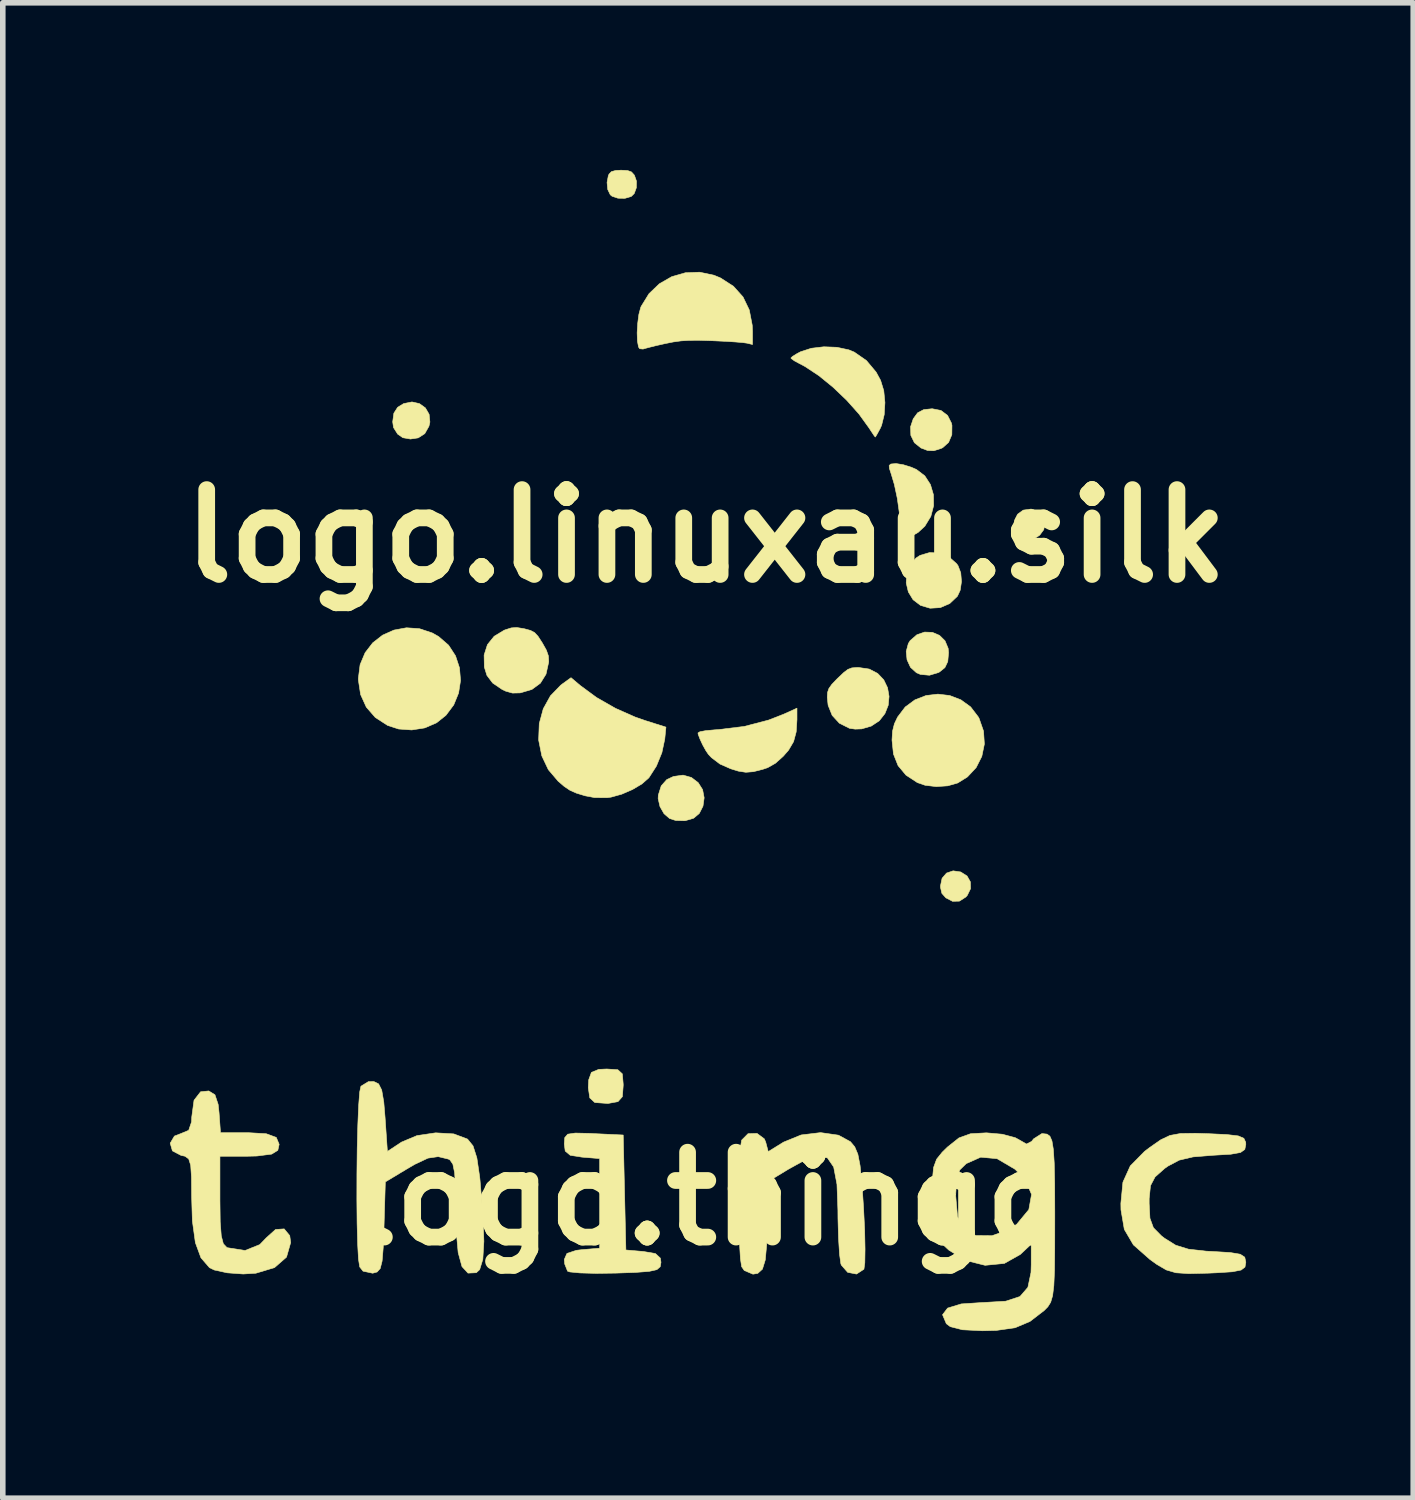
<source format=kicad_pcb>
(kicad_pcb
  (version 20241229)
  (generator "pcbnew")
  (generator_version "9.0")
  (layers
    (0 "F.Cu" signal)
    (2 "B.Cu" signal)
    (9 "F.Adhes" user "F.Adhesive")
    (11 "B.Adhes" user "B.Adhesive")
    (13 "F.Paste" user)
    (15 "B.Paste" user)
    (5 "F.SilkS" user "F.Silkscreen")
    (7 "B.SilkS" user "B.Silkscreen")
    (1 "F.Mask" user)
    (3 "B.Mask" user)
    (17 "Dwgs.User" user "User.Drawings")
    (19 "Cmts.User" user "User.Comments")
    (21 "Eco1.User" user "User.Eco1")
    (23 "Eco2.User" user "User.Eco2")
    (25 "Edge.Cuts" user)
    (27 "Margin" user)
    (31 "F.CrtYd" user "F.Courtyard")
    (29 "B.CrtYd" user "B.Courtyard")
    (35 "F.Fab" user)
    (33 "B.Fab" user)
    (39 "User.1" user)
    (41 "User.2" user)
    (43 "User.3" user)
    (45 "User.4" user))
  (footprint "logo.linuxau.silk"
    (layer "F.Cu")
    (at 9.623 6.573)
    (property "Reference" "logo.linuxau.silk" (at 0 0 0) (layer "F.SilkS") (effects (font (size 1.524 1.524) (thickness 0.3))))
    (attr through_hole)
    (fp_poly (pts (xy 4.572 6.029) (xy 4.686 6.101) (xy 4.746 6.207) (xy 4.749 6.329) (xy 4.69 6.45) (xy 4.664 6.479) (xy 4.549 6.553) (xy 4.426 6.556) (xy 4.305 6.493) (xy 4.234 6.413) (xy 4.21 6.309) (xy 4.209 6.28) (xy 4.238 6.142) (xy 4.318 6.049) (xy 4.436 6.009) (xy 4.572 6.029)) (stroke (width 0.01) (type solid)) (fill yes) (layer "F.SilkS"))
    (fp_poly (pts (xy -5.144 -2.378) (xy -5.037 -2.301) (xy -4.97 -2.186) (xy -4.956 -2.047) (xy -4.973 -1.972) (xy -5.048 -1.839) (xy -5.166 -1.763) (xy -5.307 -1.742) (xy -5.442 -1.766) (xy -5.535 -1.831) (xy -5.609 -1.948) (xy -5.624 -2.051) (xy -5.603 -2.206) (xy -5.535 -2.312) (xy -5.428 -2.378) (xy -5.278 -2.408) (xy -5.144 -2.378)) (stroke (width 0.01) (type solid)) (fill yes) (layer "F.SilkS"))
    (fp_poly (pts (xy 5.955 -0.446) (xy 6.042 -0.363) (xy 6.082 -0.251) (xy 6.065 -0.122) (xy 6.062 -0.114) (xy 5.99 -0.016) (xy 5.884 0.053) (xy 5.795 0.072) (xy 5.732 0.056) (xy 5.663 0.027) (xy 5.573 -0.055) (xy 5.532 -0.166) (xy 5.539 -0.285) (xy 5.593 -0.392) (xy 5.691 -0.464) (xy 5.7 -0.467) (xy 5.837 -0.485) (xy 5.955 -0.446)) (stroke (width 0.01) (type solid)) (fill yes) (layer "F.SilkS"))
    (fp_poly (pts (xy -0.262 4.333) (xy -0.14 4.426) (xy -0.061 4.551) (xy -0.033 4.698) (xy -0.054 4.848) (xy -0.12 4.978) (xy -0.223 5.065) (xy -0.377 5.11) (xy -0.544 5.105) (xy -0.653 5.07) (xy -0.753 4.984) (xy -0.826 4.856) (xy -0.859 4.713) (xy -0.856 4.65) (xy -0.804 4.484) (xy -0.704 4.371) (xy -0.584 4.315) (xy -0.411 4.291) (xy -0.262 4.333)) (stroke (width 0.01) (type solid)) (fill yes) (layer "F.SilkS"))
    (fp_poly (pts (xy 4.218 -2.255) (xy 4.336 -2.166) (xy 4.406 -2.028) (xy 4.415 -1.987) (xy 4.413 -1.82) (xy 4.355 -1.682) (xy 4.249 -1.587) (xy 4.222 -1.574) (xy 4.09 -1.532) (xy 3.979 -1.536) (xy 3.86 -1.581) (xy 3.741 -1.676) (xy 3.677 -1.808) (xy 3.672 -1.962) (xy 3.72 -2.105) (xy 3.799 -2.213) (xy 3.908 -2.27) (xy 4.06 -2.286) (xy 4.218 -2.255)) (stroke (width 0.01) (type solid)) (fill yes) (layer "F.SilkS"))
    (fp_poly (pts (xy -1.408 -6.562) (xy -1.338 -6.537) (xy -1.289 -6.483) (xy -1.285 -6.477) (xy -1.248 -6.372) (xy -1.25 -6.253) (xy -1.288 -6.149) (xy -1.342 -6.096) (xy -1.455 -6.063) (xy -1.58 -6.065) (xy -1.685 -6.1) (xy -1.718 -6.126) (xy -1.764 -6.222) (xy -1.776 -6.348) (xy -1.753 -6.47) (xy -1.74 -6.498) (xy -1.698 -6.542) (xy -1.622 -6.563) (xy -1.524 -6.568) (xy -1.408 -6.562)) (stroke (width 0.01) (type solid)) (fill yes) (layer "F.SilkS"))
    (fp_poly (pts (xy 4.064 1.728) (xy 4.191 1.782) (xy 4.29 1.879) (xy 4.347 2.015) (xy 4.354 2.094) (xy 4.34 2.252) (xy 4.289 2.36) (xy 4.193 2.438) (xy 4.174 2.449) (xy 4.011 2.498) (xy 3.849 2.483) (xy 3.778 2.453) (xy 3.671 2.356) (xy 3.609 2.221) (xy 3.594 2.071) (xy 3.632 1.929) (xy 3.665 1.876) (xy 3.786 1.771) (xy 3.924 1.723) (xy 4.064 1.728)) (stroke (width 0.01) (type solid)) (fill yes) (layer "F.SilkS"))
    (fp_poly (pts (xy 4.195 0.306) (xy 4.363 0.375) (xy 4.498 0.495) (xy 4.523 0.529) (xy 4.573 0.659) (xy 4.586 0.817) (xy 4.563 0.972) (xy 4.513 1.08) (xy 4.375 1.211) (xy 4.206 1.284) (xy 4.023 1.295) (xy 3.851 1.244) (xy 3.717 1.142) (xy 3.632 1.002) (xy 3.594 0.841) (xy 3.604 0.674) (xy 3.663 0.52) (xy 3.77 0.394) (xy 3.843 0.346) (xy 4.016 0.295) (xy 4.195 0.306)) (stroke (width 0.01) (type solid)) (fill yes) (layer "F.SilkS"))
    (fp_poly (pts (xy -5.144 1.662) (xy -4.913 1.739) (xy -4.8 1.803) (xy -4.621 1.958) (xy -4.496 2.15) (xy -4.425 2.365) (xy -4.406 2.592) (xy -4.441 2.817) (xy -4.528 3.03) (xy -4.668 3.217) (xy -4.837 3.352) (xy -5.047 3.443) (xy -5.282 3.48) (xy -5.518 3.463) (xy -5.715 3.399) (xy -5.936 3.256) (xy -6.098 3.07) (xy -6.2 2.845) (xy -6.24 2.583) (xy -6.24 2.553) (xy -6.209 2.308) (xy -6.119 2.094) (xy -5.982 1.916) (xy -5.805 1.778) (xy -5.601 1.687) (xy -5.377 1.646) (xy -5.144 1.662)) (stroke (width 0.01) (type solid)) (fill yes) (layer "F.SilkS"))
    (fp_poly (pts (xy 3.541 -1.281) (xy 3.683 -1.237) (xy 3.777 -1.196) (xy 3.927 -1.082) (xy 4.029 -0.925) (xy 4.083 -0.742) (xy 4.086 -0.546) (xy 4.036 -0.354) (xy 3.93 -0.18) (xy 3.93 -0.179) (xy 3.808 -0.066) (xy 3.673 0.011) (xy 3.558 0.036) (xy 3.517 0.029) (xy 3.495 -0.003) (xy 3.485 -0.075) (xy 3.483 -0.196) (xy 3.47 -0.421) (xy 3.434 -0.677) (xy 3.381 -0.926) (xy 3.324 -1.117) (xy 3.292 -1.215) (xy 3.288 -1.266) (xy 3.312 -1.29) (xy 3.321 -1.294) (xy 3.412 -1.302) (xy 3.541 -1.281)) (stroke (width 0.01) (type solid)) (fill yes) (layer "F.SilkS"))
    (fp_poly (pts (xy 4.375 2.862) (xy 4.575 2.939) (xy 4.75 3.066) (xy 4.887 3.245) (xy 4.902 3.272) (xy 4.982 3.501) (xy 4.997 3.733) (xy 4.951 3.955) (xy 4.849 4.156) (xy 4.693 4.323) (xy 4.518 4.432) (xy 4.339 4.483) (xy 4.134 4.497) (xy 3.933 4.473) (xy 3.794 4.425) (xy 3.59 4.291) (xy 3.448 4.121) (xy 3.365 3.912) (xy 3.339 3.662) (xy 3.349 3.5) (xy 3.382 3.369) (xy 3.439 3.249) (xy 3.576 3.068) (xy 3.75 2.94) (xy 3.95 2.862) (xy 4.163 2.837) (xy 4.375 2.862)) (stroke (width 0.01) (type solid)) (fill yes) (layer "F.SilkS"))
    (fp_poly (pts (xy 2.931 2.387) (xy 3.081 2.465) (xy 3.191 2.581) (xy 3.259 2.722) (xy 3.286 2.878) (xy 3.271 3.037) (xy 3.212 3.186) (xy 3.111 3.315) (xy 2.966 3.411) (xy 2.794 3.461) (xy 2.678 3.465) (xy 2.577 3.451) (xy 2.575 3.45) (xy 2.394 3.359) (xy 2.265 3.219) (xy 2.192 3.037) (xy 2.177 2.894) (xy 2.182 2.806) (xy 2.206 2.736) (xy 2.259 2.661) (xy 2.354 2.562) (xy 2.369 2.548) (xy 2.472 2.45) (xy 2.547 2.393) (xy 2.618 2.366) (xy 2.705 2.359) (xy 2.741 2.359) (xy 2.931 2.387)) (stroke (width 0.01) (type solid)) (fill yes) (layer "F.SilkS"))
    (fp_poly (pts (xy 1.633 3.295) (xy 1.619 3.515) (xy 1.572 3.69) (xy 1.482 3.843) (xy 1.385 3.954) (xy 1.246 4.078) (xy 1.107 4.157) (xy 1.018 4.187) (xy 0.851 4.229) (xy 0.715 4.24) (xy 0.58 4.219) (xy 0.444 4.177) (xy 0.251 4.092) (xy 0.1 3.978) (xy 0.044 3.919) (xy -0.003 3.85) (xy -0.059 3.749) (xy -0.108 3.643) (xy -0.14 3.559) (xy -0.144 3.534) (xy -0.109 3.512) (xy -0.008 3.493) (xy 0.155 3.478) (xy 0.227 3.473) (xy 0.685 3.417) (xy 1.123 3.303) (xy 1.401 3.194) (xy 1.633 3.089) (xy 1.633 3.295)) (stroke (width 0.01) (type solid)) (fill yes) (layer "F.SilkS"))
    (fp_poly (pts (xy -3.275 1.661) (xy -3.255 1.665) (xy -3.149 1.694) (xy -3.077 1.732) (xy -3.015 1.799) (xy -2.943 1.91) (xy -2.939 1.916) (xy -2.865 2.048) (xy -2.829 2.151) (xy -2.823 2.25) (xy -2.825 2.268) (xy -2.872 2.479) (xy -2.973 2.641) (xy -3.125 2.753) (xy -3.328 2.813) (xy -3.343 2.815) (xy -3.474 2.818) (xy -3.597 2.783) (xy -3.663 2.751) (xy -3.829 2.638) (xy -3.933 2.5) (xy -3.979 2.351) (xy -3.983 2.135) (xy -3.923 1.948) (xy -3.802 1.798) (xy -3.625 1.691) (xy -3.608 1.684) (xy -3.495 1.648) (xy -3.397 1.641) (xy -3.275 1.661)) (stroke (width 0.01) (type solid)) (fill yes) (layer "F.SilkS"))
    (fp_poly (pts (xy 2.35 -3.389) (xy 2.564 -3.343) (xy 2.661 -3.303) (xy 2.88 -3.151) (xy 3.054 -2.943) (xy 3.134 -2.796) (xy 3.191 -2.611) (xy 3.212 -2.396) (xy 3.199 -2.179) (xy 3.152 -1.988) (xy 3.127 -1.932) (xy 3.078 -1.842) (xy 3.046 -1.787) (xy 3.038 -1.778) (xy 3.016 -1.806) (xy 2.968 -1.878) (xy 2.924 -1.945) (xy 2.747 -2.19) (xy 2.527 -2.437) (xy 2.281 -2.672) (xy 2.027 -2.879) (xy 1.779 -3.043) (xy 1.679 -3.096) (xy 1.588 -3.145) (xy 1.532 -3.185) (xy 1.524 -3.197) (xy 1.554 -3.226) (xy 1.63 -3.273) (xy 1.696 -3.308) (xy 1.889 -3.371) (xy 2.116 -3.398) (xy 2.35 -3.389)) (stroke (width 0.01) (type solid)) (fill yes) (layer "F.SilkS"))
    (fp_poly (pts (xy -2.255 2.684) (xy -1.964 2.898) (xy -1.627 3.091) (xy -1.273 3.248) (xy -1.102 3.308) (xy -0.719 3.429) (xy -0.74 3.644) (xy -0.792 3.888) (xy -0.89 4.128) (xy -1.021 4.332) (xy -1.031 4.344) (xy -1.152 4.45) (xy -1.321 4.55) (xy -1.513 4.633) (xy -1.704 4.686) (xy -1.778 4.696) (xy -2 4.694) (xy -2.17 4.662) (xy -2.327 4.614) (xy -2.442 4.563) (xy -2.547 4.492) (xy -2.655 4.399) (xy -2.83 4.193) (xy -2.947 3.946) (xy -3.003 3.667) (xy -3.004 3.656) (xy -2.993 3.366) (xy -2.921 3.1) (xy -2.792 2.867) (xy -2.608 2.677) (xy -2.574 2.651) (xy -2.423 2.542) (xy -2.255 2.684)) (stroke (width 0.01) (type solid)) (fill yes) (layer "F.SilkS"))
    (fp_poly (pts (xy 0.142 -4.683) (xy 0.262 -4.633) (xy 0.493 -4.484) (xy 0.665 -4.292) (xy 0.777 -4.059) (xy 0.83 -3.785) (xy 0.835 -3.672) (xy 0.835 -3.439) (xy 0.735 -3.463) (xy 0.663 -3.473) (xy 0.535 -3.484) (xy 0.367 -3.495) (xy 0.175 -3.504) (xy 0.109 -3.507) (xy -0.121 -3.514) (xy -0.3 -3.513) (xy -0.448 -3.504) (xy -0.586 -3.485) (xy -0.735 -3.455) (xy -0.744 -3.453) (xy -0.895 -3.419) (xy -1.023 -3.387) (xy -1.109 -3.364) (xy -1.129 -3.357) (xy -1.19 -3.363) (xy -1.211 -3.394) (xy -1.231 -3.5) (xy -1.236 -3.65) (xy -1.226 -3.818) (xy -1.205 -3.979) (xy -1.172 -4.104) (xy -1.164 -4.123) (xy -1.024 -4.35) (xy -0.837 -4.529) (xy -0.616 -4.656) (xy -0.371 -4.727) (xy -0.115 -4.737) (xy 0.142 -4.683)) (stroke (width 0.01) (type solid)) (fill yes) (layer "F.SilkS")))
  (footprint "logo.thingc"
    (layer "F.Cu")
    (at 9.619 18.467)
    (property "Reference" "logo.thingc" (at 0 0 0) (layer "F.SilkS") (effects (font (size 1.524 1.524) (thickness 0.3))))
    (attr through_hole)
    (fp_poly (pts (xy -1.579 -2.315) (xy -1.498 -2.241) (xy -1.482 -2.055) (xy -1.482 -2.032) (xy -1.497 -1.831) (xy -1.576 -1.742) (xy -1.757 -1.709) (xy -1.992 -1.726) (xy -2.082 -1.809) (xy -2.109 -1.992) (xy -2.102 -2.132) (xy -2.053 -2.267) (xy -1.922 -2.321) (xy -1.778 -2.328) (xy -1.579 -2.315)) (stroke (width 0.01) (type solid)) (fill yes) (layer "F.SilkS"))
    (fp_poly (pts (xy -2.084 -1.172) (xy -2.011 -1.168) (xy -1.482 -1.143) (xy -1.458 -0.111) (xy -1.434 0.921) (xy -1.119 0.948) (xy -0.904 0.985) (xy -0.815 1.067) (xy -0.804 1.143) (xy -0.818 1.222) (xy -0.878 1.274) (xy -1.017 1.305) (xy -1.266 1.324) (xy -1.613 1.336) (xy -1.968 1.341) (xy -2.257 1.333) (xy -2.44 1.315) (xy -2.481 1.301) (xy -2.532 1.173) (xy -2.54 1.092) (xy -2.492 0.983) (xy -2.324 0.927) (xy -2.223 0.915) (xy -1.905 0.889) (xy -1.905 -0.72) (xy -2.223 -0.746) (xy -2.433 -0.779) (xy -2.523 -0.855) (xy -2.54 -0.983) (xy -2.531 -1.097) (xy -2.478 -1.158) (xy -2.342 -1.178) (xy -2.084 -1.172)) (stroke (width 0.01) (type solid)) (fill yes) (layer "F.SilkS"))
    (fp_poly (pts (xy 2.382 -1.14) (xy 2.597 -1.023) (xy 2.674 -0.931) (xy 2.73 -0.798) (xy 2.77 -0.593) (xy 2.802 -0.284) (xy 2.832 0.159) (xy 2.852 0.562) (xy 2.859 0.905) (xy 2.855 1.152) (xy 2.839 1.266) (xy 2.706 1.353) (xy 2.547 1.322) (xy 2.432 1.19) (xy 2.424 1.164) (xy 2.401 0.996) (xy 2.383 0.709) (xy 2.373 0.355) (xy 2.372 0.207) (xy 2.355 -0.258) (xy 2.296 -0.568) (xy 2.183 -0.733) (xy 2.002 -0.763) (xy 1.74 -0.671) (xy 1.485 -0.53) (xy 1.101 -0.298) (xy 1.101 0.395) (xy 1.094 0.819) (xy 1.068 1.1) (xy 1.017 1.265) (xy 0.933 1.341) (xy 0.847 1.355) (xy 0.691 1.289) (xy 0.644 1.221) (xy 0.622 1.077) (xy 0.606 0.807) (xy 0.597 0.453) (xy 0.594 0.06) (xy 0.598 -0.331) (xy 0.608 -0.677) (xy 0.624 -0.933) (xy 0.644 -1.051) (xy 0.759 -1.167) (xy 0.92 -1.172) (xy 1.051 -1.074) (xy 1.076 -1.015) (xy 1.121 -0.845) (xy 1.396 -1.015) (xy 1.712 -1.144) (xy 2.061 -1.186) (xy 2.382 -1.14)) (stroke (width 0.01) (type solid)) (fill yes) (layer "F.SilkS"))
    (fp_poly (pts (xy -8.811 -1.866) (xy -8.753 -1.692) (xy -8.737 -1.544) (xy -8.711 -1.185) (xy -8.217 -1.185) (xy -7.89 -1.166) (xy -7.71 -1.1) (xy -7.658 -0.976) (xy -7.682 -0.868) (xy -7.792 -0.8) (xy -8.057 -0.766) (xy -8.22 -0.762) (xy -8.721 -0.762) (xy -8.721 0.033) (xy -8.716 0.42) (xy -8.697 0.668) (xy -8.66 0.809) (xy -8.599 0.874) (xy -8.587 0.88) (xy -8.27 0.93) (xy -8.006 0.824) (xy -7.893 0.706) (xy -7.723 0.553) (xy -7.568 0.542) (xy -7.468 0.663) (xy -7.451 0.787) (xy -7.526 1.049) (xy -7.741 1.237) (xy -8.076 1.338) (xy -8.303 1.352) (xy -8.59 1.331) (xy -8.823 1.28) (xy -8.908 1.239) (xy -9.062 1.061) (xy -9.162 0.789) (xy -9.216 0.397) (xy -9.229 -0.042) (xy -9.232 -0.388) (xy -9.246 -0.601) (xy -9.282 -0.714) (xy -9.348 -0.762) (xy -9.419 -0.777) (xy -9.574 -0.858) (xy -9.614 -0.996) (xy -9.538 -1.124) (xy -9.419 -1.17) (xy -9.282 -1.227) (xy -9.231 -1.377) (xy -9.227 -1.466) (xy -9.186 -1.767) (xy -9.068 -1.919) (xy -8.922 -1.934) (xy -8.811 -1.866)) (stroke (width 0.01) (type solid)) (fill yes) (layer "F.SilkS"))
    (fp_poly (pts (xy 9.017 -1.167) (xy 9.355 -1.151) (xy 9.558 -1.127) (xy 9.659 -1.084) (xy 9.692 -1.013) (xy 9.694 -0.974) (xy 9.676 -0.884) (xy 9.599 -0.829) (xy 9.425 -0.798) (xy 9.119 -0.78) (xy 9.104 -0.779) (xy 8.746 -0.75) (xy 8.496 -0.691) (xy 8.295 -0.584) (xy 8.236 -0.542) (xy 8.065 -0.39) (xy 7.983 -0.234) (xy 7.959 -0.001) (xy 7.959 0.085) (xy 7.973 0.351) (xy 8.035 0.521) (xy 8.179 0.667) (xy 8.236 0.711) (xy 8.435 0.835) (xy 8.664 0.906) (xy 8.984 0.942) (xy 9.104 0.948) (xy 9.416 0.967) (xy 9.594 0.997) (xy 9.675 1.05) (xy 9.694 1.139) (xy 9.694 1.143) (xy 9.679 1.228) (xy 9.609 1.281) (xy 9.452 1.312) (xy 9.174 1.33) (xy 9.017 1.337) (xy 8.671 1.345) (xy 8.439 1.33) (xy 8.266 1.279) (xy 8.097 1.18) (xy 7.973 1.091) (xy 7.676 0.829) (xy 7.513 0.551) (xy 7.453 0.2) (xy 7.451 0.085) (xy 7.488 -0.296) (xy 7.62 -0.588) (xy 7.877 -0.849) (xy 7.973 -0.922) (xy 8.167 -1.057) (xy 8.331 -1.135) (xy 8.521 -1.17) (xy 8.791 -1.174) (xy 9.017 -1.167)) (stroke (width 0.01) (type solid)) (fill yes) (layer "F.SilkS"))
    (fp_poly (pts (xy -5.873 -2.061) (xy -5.817 -1.95) (xy -5.78 -1.735) (xy -5.757 -1.461) (xy -5.715 -0.848) (xy -5.461 -1.016) (xy -5.185 -1.132) (xy -4.849 -1.182) (xy -4.524 -1.163) (xy -4.279 -1.071) (xy -4.275 -1.068) (xy -4.178 -0.948) (xy -4.109 -0.732) (xy -4.058 -0.386) (xy -4.052 -0.327) (xy -4 0.297) (xy -3.983 0.765) (xy -4.002 1.088) (xy -4.059 1.274) (xy -4.119 1.329) (xy -4.268 1.336) (xy -4.376 1.219) (xy -4.445 0.966) (xy -4.481 0.565) (xy -4.487 0.205) (xy -4.492 -0.2) (xy -4.508 -0.464) (xy -4.54 -0.62) (xy -4.593 -0.696) (xy -4.621 -0.711) (xy -4.803 -0.755) (xy -4.987 -0.728) (xy -5.225 -0.616) (xy -5.37 -0.531) (xy -5.752 -0.301) (xy -5.776 0.506) (xy -5.79 0.881) (xy -5.81 1.12) (xy -5.844 1.254) (xy -5.9 1.316) (xy -5.979 1.338) (xy -6.152 1.301) (xy -6.212 1.225) (xy -6.234 1.085) (xy -6.249 0.814) (xy -6.259 0.446) (xy -6.263 0.015) (xy -6.262 -0.447) (xy -6.257 -0.904) (xy -6.246 -1.324) (xy -6.231 -1.673) (xy -6.212 -1.917) (xy -6.19 -2.019) (xy -6.056 -2.101) (xy -5.959 -2.103) (xy -5.873 -2.061)) (stroke (width 0.01) (type solid)) (fill yes) (layer "F.SilkS"))
    (fp_poly (pts (xy 5.323 -1.157) (xy 5.555 -1.095) (xy 5.623 -1.058) (xy 5.757 -0.981) (xy 5.849 -1.028) (xy 5.885 -1.074) (xy 6.034 -1.169) (xy 6.126 -1.159) (xy 6.177 -1.122) (xy 6.214 -1.038) (xy 6.239 -0.886) (xy 6.255 -0.64) (xy 6.263 -0.277) (xy 6.265 0.226) (xy 6.265 0.364) (xy 6.264 0.896) (xy 6.26 1.286) (xy 6.248 1.559) (xy 6.226 1.741) (xy 6.191 1.86) (xy 6.14 1.941) (xy 6.075 2.007) (xy 5.819 2.204) (xy 5.551 2.317) (xy 5.212 2.365) (xy 4.969 2.371) (xy 4.607 2.353) (xy 4.389 2.297) (xy 4.318 2.244) (xy 4.25 2.083) (xy 4.341 1.964) (xy 4.586 1.889) (xy 4.978 1.863) (xy 4.993 1.863) (xy 5.385 1.84) (xy 5.64 1.756) (xy 5.782 1.592) (xy 5.838 1.325) (xy 5.842 1.185) (xy 5.842 0.817) (xy 5.646 1.001) (xy 5.36 1.162) (xy 5.014 1.196) (xy 4.657 1.107) (xy 4.363 0.923) (xy 4.213 0.784) (xy 4.124 0.661) (xy 4.08 0.504) (xy 4.066 0.265) (xy 4.064 -0.004) (xy 4.064 -0.044) (xy 4.487 -0.044) (xy 4.519 0.322) (xy 4.613 0.537) (xy 4.62 0.544) (xy 4.847 0.661) (xy 5.138 0.664) (xy 5.439 0.557) (xy 5.582 0.458) (xy 5.799 0.196) (xy 5.848 -0.077) (xy 5.731 -0.348) (xy 5.55 -0.529) (xy 5.229 -0.718) (xy 4.935 -0.745) (xy 4.676 -0.63) (xy 4.561 -0.518) (xy 4.504 -0.353) (xy 4.487 -0.08) (xy 4.487 -0.044) (xy 4.064 -0.044) (xy 4.068 -0.342) (xy 4.089 -0.56) (xy 4.143 -0.708) (xy 4.244 -0.834) (xy 4.339 -0.927) (xy 4.545 -1.091) (xy 4.753 -1.166) (xy 5.038 -1.182) (xy 5.323 -1.157)) (stroke (width 0.01) (type solid)) (fill yes) (layer "F.SilkS")))
  (gr_rect
    (start -3 -3)
    (end 22.318 23.843)
    (stroke (width 0.1) (type default))
    (fill no)
    (layer "Edge.Cuts")))
</source>
